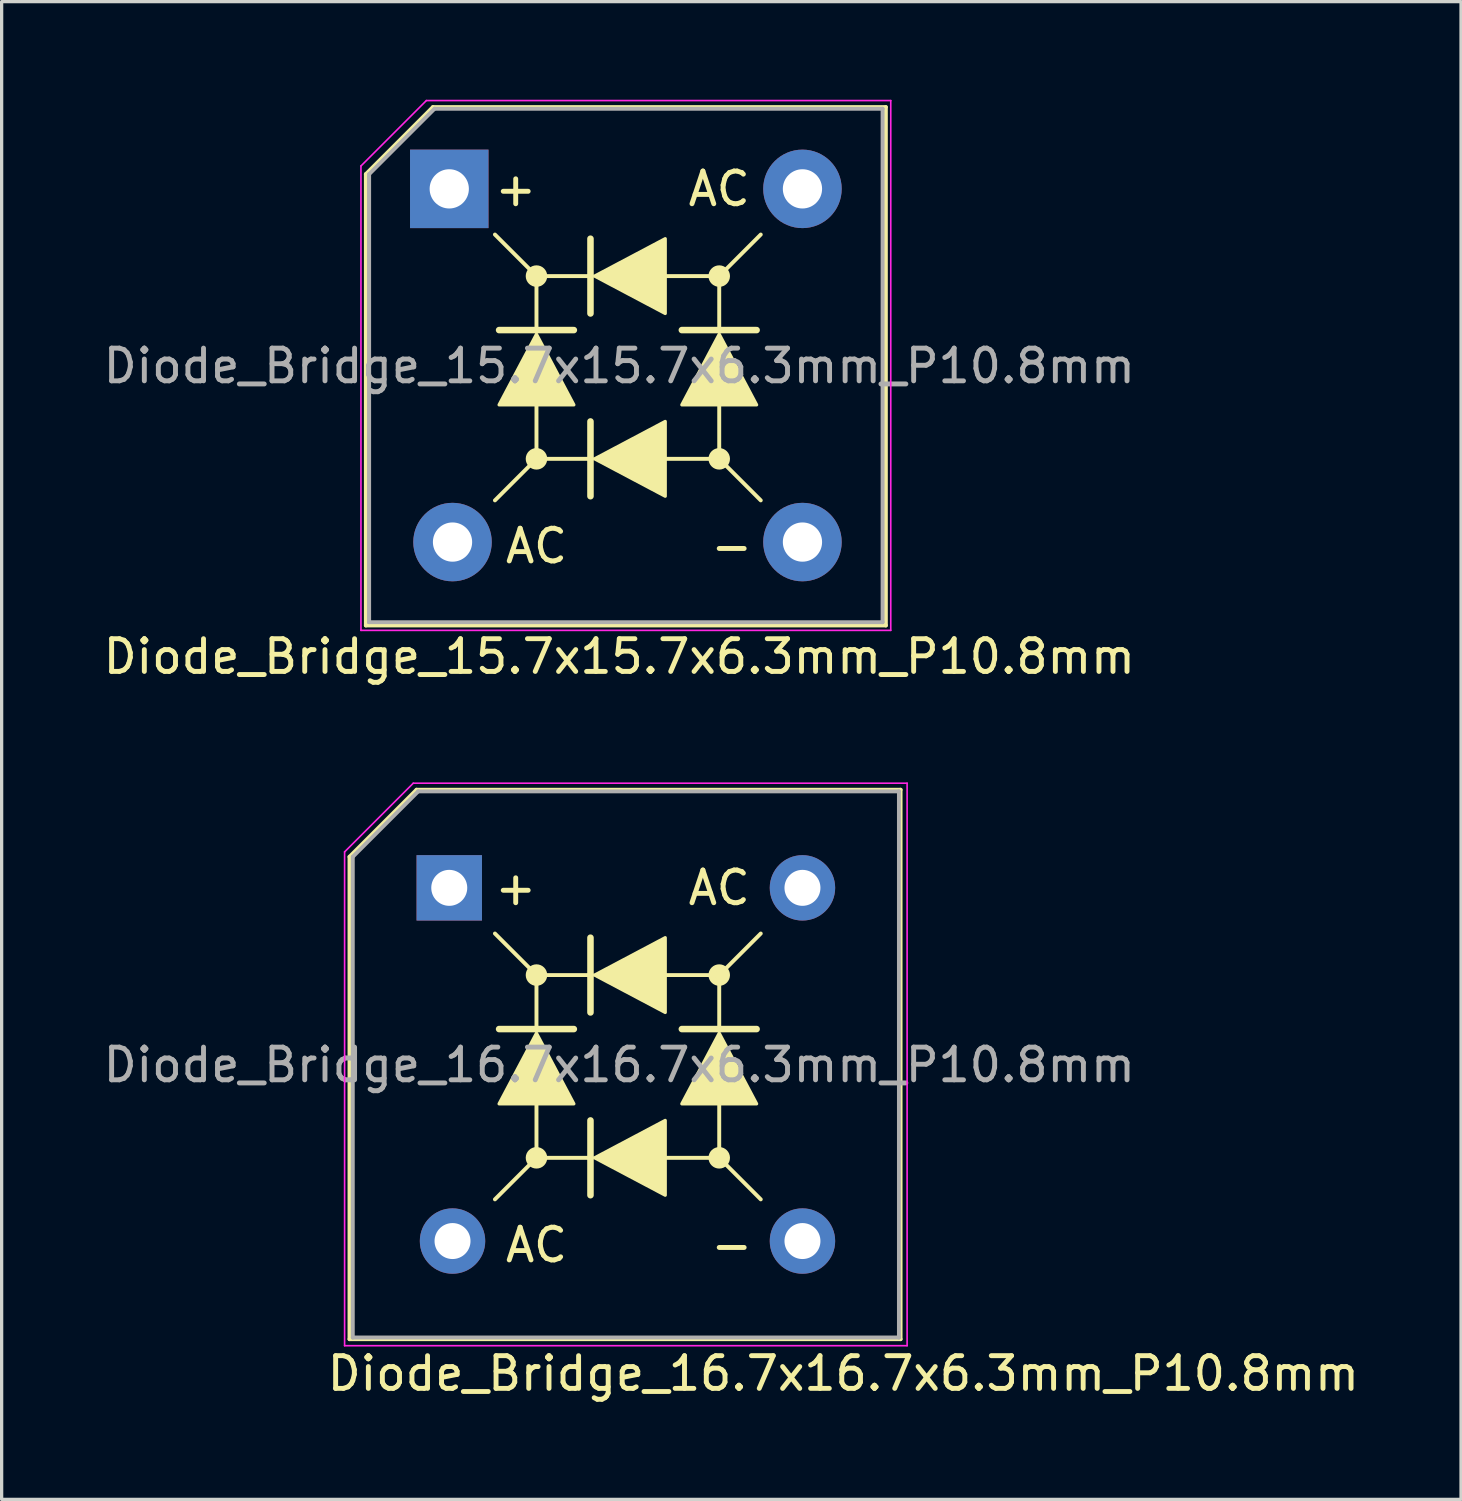
<source format=kicad_pcb>
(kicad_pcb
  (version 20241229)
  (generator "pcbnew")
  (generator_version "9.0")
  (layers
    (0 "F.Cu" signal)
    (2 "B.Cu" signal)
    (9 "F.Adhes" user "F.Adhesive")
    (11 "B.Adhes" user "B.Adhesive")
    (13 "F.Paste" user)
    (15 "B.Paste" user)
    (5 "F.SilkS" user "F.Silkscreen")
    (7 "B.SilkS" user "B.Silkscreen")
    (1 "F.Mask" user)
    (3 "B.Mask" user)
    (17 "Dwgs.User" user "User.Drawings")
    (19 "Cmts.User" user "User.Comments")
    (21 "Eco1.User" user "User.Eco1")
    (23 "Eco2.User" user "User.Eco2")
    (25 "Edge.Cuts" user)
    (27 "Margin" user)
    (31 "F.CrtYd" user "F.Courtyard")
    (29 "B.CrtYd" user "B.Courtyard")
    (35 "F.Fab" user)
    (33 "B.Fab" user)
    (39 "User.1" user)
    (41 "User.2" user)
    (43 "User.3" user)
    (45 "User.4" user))
  (footprint "Diode_Bridge_16.7x16.7x6.3mm_P10.8mm"
    (layer "F.Cu")
    (at 10.687 24.098)
    (property "Reference" "Diode_Bridge_16.7x16.7x6.3mm_P10.8mm" (at 12.05 14.85 180) (layer "F.SilkS") (effects (font (size 1 1) (thickness 0.15))))
    (fp_line (start -3.05 -0.95) (end -3.05 13.8) (stroke (width 0.12) (type solid)) (layer "F.SilkS"))
    (fp_line (start -3.05 13.8) (end 13.8 13.8) (stroke (width 0.12) (type solid)) (layer "F.SilkS"))
    (fp_line (start -1 -3) (end -3.05 -0.95) (stroke (width 0.12) (type solid)) (layer "F.SilkS"))
    (fp_line (start 1.397 1.397) (end 2.667 2.667) (stroke (width 0.12) (type solid)) (layer "F.SilkS"))
    (fp_line (start 1.397 9.525) (end 2.667 8.255) (stroke (width 0.12) (type solid)) (layer "F.SilkS"))
    (fp_line (start 2.667 4.318) (end 1.524 4.318) (stroke (width 0.2) (type solid)) (layer "F.SilkS"))
    (fp_line (start 2.667 4.318) (end 2.667 2.667) (stroke (width 0.12) (type solid)) (layer "F.SilkS"))
    (fp_line (start 2.667 8.255) (end 2.667 6.604) (stroke (width 0.12) (type solid)) (layer "F.SilkS"))
    (fp_line (start 3.81 4.318) (end 2.667 4.318) (stroke (width 0.2) (type solid)) (layer "F.SilkS"))
    (fp_line (start 4.318 1.524) (end 4.318 2.667) (stroke (width 0.2) (type solid)) (layer "F.SilkS"))
    (fp_line (start 4.318 2.667) (end 2.667 2.667) (stroke (width 0.12) (type solid)) (layer "F.SilkS"))
    (fp_line (start 4.318 2.667) (end 4.318 3.81) (stroke (width 0.2) (type solid)) (layer "F.SilkS"))
    (fp_line (start 4.318 7.112) (end 4.318 8.255) (stroke (width 0.2) (type solid)) (layer "F.SilkS"))
    (fp_line (start 4.318 8.255) (end 2.667 8.255) (stroke (width 0.12) (type solid)) (layer "F.SilkS"))
    (fp_line (start 4.318 8.255) (end 4.318 9.398) (stroke (width 0.2) (type solid)) (layer "F.SilkS"))
    (fp_line (start 8.255 2.667) (end 6.604 2.667) (stroke (width 0.12) (type solid)) (layer "F.SilkS"))
    (fp_line (start 8.255 4.318) (end 7.112 4.318) (stroke (width 0.2) (type solid)) (layer "F.SilkS"))
    (fp_line (start 8.255 4.318) (end 8.255 2.667) (stroke (width 0.12) (type solid)) (layer "F.SilkS"))
    (fp_line (start 8.255 8.255) (end 6.604 8.255) (stroke (width 0.12) (type solid)) (layer "F.SilkS"))
    (fp_line (start 8.255 8.255) (end 8.255 6.604) (stroke (width 0.12) (type solid)) (layer "F.SilkS"))
    (fp_line (start 9.398 4.318) (end 8.255 4.318) (stroke (width 0.2) (type solid)) (layer "F.SilkS"))
    (fp_line (start 9.525 1.397) (end 8.255 2.667) (stroke (width 0.12) (type solid)) (layer "F.SilkS"))
    (fp_line (start 9.525 9.525) (end 8.255 8.255) (stroke (width 0.12) (type solid)) (layer "F.SilkS"))
    (fp_line (start 13.8 -3) (end -1 -3) (stroke (width 0.12) (type solid)) (layer "F.SilkS"))
    (fp_line (start 13.8 13.8) (end 13.8 -3) (stroke (width 0.12) (type solid)) (layer "F.SilkS"))
    (fp_circle (center 2.667 2.667) (end 2.731 2.603) (stroke (width 0.12) (type solid)) (fill no) (layer "F.SilkS"))
    (fp_circle (center 2.667 2.667) (end 2.794 2.54) (stroke (width 0.12) (type solid)) (fill no) (layer "F.SilkS"))
    (fp_circle (center 2.667 2.667) (end 2.857 2.477) (stroke (width 0.12) (type solid)) (fill no) (layer "F.SilkS"))
    (fp_circle (center 2.667 8.255) (end 2.731 8.191) (stroke (width 0.12) (type solid)) (fill no) (layer "F.SilkS"))
    (fp_circle (center 2.667 8.255) (end 2.794 8.128) (stroke (width 0.12) (type solid)) (fill no) (layer "F.SilkS"))
    (fp_circle (center 2.667 8.255) (end 2.857 8.065) (stroke (width 0.12) (type solid)) (fill no) (layer "F.SilkS"))
    (fp_circle (center 8.255 2.667) (end 8.319 2.603) (stroke (width 0.12) (type solid)) (fill no) (layer "F.SilkS"))
    (fp_circle (center 8.255 2.667) (end 8.382 2.54) (stroke (width 0.12) (type solid)) (fill no) (layer "F.SilkS"))
    (fp_circle (center 8.255 2.667) (end 8.445 2.477) (stroke (width 0.12) (type solid)) (fill no) (layer "F.SilkS"))
    (fp_circle (center 8.255 8.255) (end 8.319 8.191) (stroke (width 0.12) (type solid)) (fill no) (layer "F.SilkS"))
    (fp_circle (center 8.255 8.255) (end 8.382 8.128) (stroke (width 0.12) (type solid)) (fill no) (layer "F.SilkS"))
    (fp_circle (center 8.255 8.255) (end 8.445 8.065) (stroke (width 0.12) (type solid)) (fill no) (layer "F.SilkS"))
    (fp_poly (pts (xy 3.81 6.604) (xy 1.524 6.604) (xy 2.667 4.445)) (stroke (width 0.1) (type solid)) (fill yes) (layer "F.SilkS"))
    (fp_poly (pts (xy 6.604 1.524) (xy 6.604 3.81) (xy 4.445 2.667)) (stroke (width 0.1) (type solid)) (fill yes) (layer "F.SilkS"))
    (fp_poly (pts (xy 6.604 7.112) (xy 6.604 9.398) (xy 4.445 8.255)) (stroke (width 0.1) (type solid)) (fill yes) (layer "F.SilkS"))
    (fp_poly (pts (xy 9.398 6.604) (xy 7.112 6.604) (xy 8.255 4.445)) (stroke (width 0.1) (type solid)) (fill yes) (layer "F.SilkS"))
    (fp_line (start -3.2 -1.1) (end -1.1 -3.2) (stroke (width 0.05) (type solid)) (layer "F.CrtYd"))
    (fp_line (start -3.2 14) (end -3.2 -1.1) (stroke (width 0.05) (type solid)) (layer "F.CrtYd"))
    (fp_line (start -1.1 -3.2) (end 14 -3.2) (stroke (width 0.05) (type solid)) (layer "F.CrtYd"))
    (fp_line (start 14 -3.2) (end 14 14) (stroke (width 0.05) (type solid)) (layer "F.CrtYd"))
    (fp_line (start 14 14) (end -3.2 14) (stroke (width 0.05) (type solid)) (layer "F.CrtYd"))
    (fp_line (start -2.95 -0.95) (end -0.95 -2.95) (stroke (width 0.12) (type solid)) (layer "F.Fab"))
    (fp_line (start -2.95 13.75) (end -2.95 -0.95) (stroke (width 0.12) (type solid)) (layer "F.Fab"))
    (fp_line (start -0.95 -2.95) (end 13.75 -2.95) (stroke (width 0.12) (type solid)) (layer "F.Fab"))
    (fp_line (start 13.75 -2.95) (end 13.75 13.75) (stroke (width 0.12) (type solid)) (layer "F.Fab"))
    (fp_line (start 13.75 13.75) (end -2.95 13.75) (stroke (width 0.12) (type solid)) (layer "F.Fab"))
    (fp_text user "AC" (at 2.667 10.922 0) (layer "F.SilkS") (effects (font (size 1 1) (thickness 0.15))))
    (fp_text user "+" (at 2.032 0 0) (layer "F.SilkS") (effects (font (size 1 1) (thickness 0.15))))
    (fp_text user "AC" (at 8.255 0 0) (layer "F.SilkS") (effects (font (size 1 1) (thickness 0.15))))
    (fp_text user "-" (at 8.636 10.922 0) (layer "F.SilkS") (effects (font (size 1 1) (thickness 0.15))))
    (fp_text user "${REFERENCE}" (at 5.2 5.415 180) (layer "F.Fab") (effects (font (size 1 1) (thickness 0.15))))
    (pad "1" thru_hole rect (at 0 0 180) (size 2 2) (drill 1.1) (layers "*.Cu" "*.Mask"))
    (pad "2" thru_hole circle (at 0.1 10.8 180) (size 2 2) (drill 1.1) (layers "*.Cu" "*.Mask"))
    (pad "3" thru_hole circle (at 10.8 10.8 180) (size 2 2) (drill 1.1) (layers "*.Cu" "*.Mask"))
    (pad "4" thru_hole circle (at 10.8 0 180) (size 2 2) (drill 1.1) (layers "*.Cu" "*.Mask")))
  (footprint "Diode_Bridge_15.7x15.7x6.3mm_P10.8mm"
    (layer "F.Cu")
    (at 10.687 2.725)
    (property "Reference" "Diode_Bridge_15.7x15.7x6.3mm_P10.8mm" (at 5.2 14.3 180) (layer "F.SilkS") (effects (font (size 1 1) (thickness 0.15))))
    (attr through_hole)
    (fp_line (start -2.55 -0.45) (end -0.5 -2.5) (stroke (width 0.12) (type solid)) (layer "F.SilkS"))
    (fp_line (start -2.55 13.35) (end -2.55 -0.45) (stroke (width 0.12) (type solid)) (layer "F.SilkS"))
    (fp_line (start -0.5 -2.5) (end 13.35 -2.5) (stroke (width 0.12) (type solid)) (layer "F.SilkS"))
    (fp_line (start 1.397 1.397) (end 2.667 2.667) (stroke (width 0.12) (type solid)) (layer "F.SilkS"))
    (fp_line (start 1.397 9.525) (end 2.667 8.255) (stroke (width 0.12) (type solid)) (layer "F.SilkS"))
    (fp_line (start 2.667 4.318) (end 1.524 4.318) (stroke (width 0.2) (type solid)) (layer "F.SilkS"))
    (fp_line (start 2.667 4.318) (end 2.667 2.667) (stroke (width 0.12) (type solid)) (layer "F.SilkS"))
    (fp_line (start 2.667 8.255) (end 2.667 6.604) (stroke (width 0.12) (type solid)) (layer "F.SilkS"))
    (fp_line (start 3.81 4.318) (end 2.667 4.318) (stroke (width 0.2) (type solid)) (layer "F.SilkS"))
    (fp_line (start 4.318 1.524) (end 4.318 2.667) (stroke (width 0.2) (type solid)) (layer "F.SilkS"))
    (fp_line (start 4.318 2.667) (end 2.667 2.667) (stroke (width 0.12) (type solid)) (layer "F.SilkS"))
    (fp_line (start 4.318 2.667) (end 4.318 3.81) (stroke (width 0.2) (type solid)) (layer "F.SilkS"))
    (fp_line (start 4.318 7.112) (end 4.318 8.255) (stroke (width 0.2) (type solid)) (layer "F.SilkS"))
    (fp_line (start 4.318 8.255) (end 2.667 8.255) (stroke (width 0.12) (type solid)) (layer "F.SilkS"))
    (fp_line (start 4.318 8.255) (end 4.318 9.398) (stroke (width 0.2) (type solid)) (layer "F.SilkS"))
    (fp_line (start 8.255 2.667) (end 6.604 2.667) (stroke (width 0.12) (type solid)) (layer "F.SilkS"))
    (fp_line (start 8.255 4.318) (end 7.112 4.318) (stroke (width 0.2) (type solid)) (layer "F.SilkS"))
    (fp_line (start 8.255 4.318) (end 8.255 2.667) (stroke (width 0.12) (type solid)) (layer "F.SilkS"))
    (fp_line (start 8.255 8.255) (end 6.604 8.255) (stroke (width 0.12) (type solid)) (layer "F.SilkS"))
    (fp_line (start 8.255 8.255) (end 8.255 6.604) (stroke (width 0.12) (type solid)) (layer "F.SilkS"))
    (fp_line (start 9.398 4.318) (end 8.255 4.318) (stroke (width 0.2) (type solid)) (layer "F.SilkS"))
    (fp_line (start 9.525 1.397) (end 8.255 2.667) (stroke (width 0.12) (type solid)) (layer "F.SilkS"))
    (fp_line (start 9.525 9.525) (end 8.255 8.255) (stroke (width 0.12) (type solid)) (layer "F.SilkS"))
    (fp_line (start 13.35 -2.5) (end 13.35 13.35) (stroke (width 0.12) (type solid)) (layer "F.SilkS"))
    (fp_line (start 13.35 13.35) (end -2.55 13.35) (stroke (width 0.12) (type solid)) (layer "F.SilkS"))
    (fp_circle (center 2.667 2.667) (end 2.731 2.603) (stroke (width 0.12) (type solid)) (fill no) (layer "F.SilkS"))
    (fp_circle (center 2.667 2.667) (end 2.794 2.54) (stroke (width 0.12) (type solid)) (fill no) (layer "F.SilkS"))
    (fp_circle (center 2.667 2.667) (end 2.857 2.477) (stroke (width 0.12) (type solid)) (fill no) (layer "F.SilkS"))
    (fp_circle (center 2.667 8.255) (end 2.731 8.191) (stroke (width 0.12) (type solid)) (fill no) (layer "F.SilkS"))
    (fp_circle (center 2.667 8.255) (end 2.794 8.128) (stroke (width 0.12) (type solid)) (fill no) (layer "F.SilkS"))
    (fp_circle (center 2.667 8.255) (end 2.857 8.065) (stroke (width 0.12) (type solid)) (fill no) (layer "F.SilkS"))
    (fp_circle (center 8.255 2.667) (end 8.319 2.603) (stroke (width 0.12) (type solid)) (fill no) (layer "F.SilkS"))
    (fp_circle (center 8.255 2.667) (end 8.382 2.54) (stroke (width 0.12) (type solid)) (fill no) (layer "F.SilkS"))
    (fp_circle (center 8.255 2.667) (end 8.445 2.477) (stroke (width 0.12) (type solid)) (fill no) (layer "F.SilkS"))
    (fp_circle (center 8.255 8.255) (end 8.319 8.191) (stroke (width 0.12) (type solid)) (fill no) (layer "F.SilkS"))
    (fp_circle (center 8.255 8.255) (end 8.382 8.128) (stroke (width 0.12) (type solid)) (fill no) (layer "F.SilkS"))
    (fp_circle (center 8.255 8.255) (end 8.445 8.065) (stroke (width 0.12) (type solid)) (fill no) (layer "F.SilkS"))
    (fp_poly (pts (xy 3.81 6.604) (xy 1.524 6.604) (xy 2.667 4.445)) (stroke (width 0.1) (type solid)) (fill yes) (layer "F.SilkS"))
    (fp_poly (pts (xy 6.604 1.524) (xy 6.604 3.81) (xy 4.445 2.667)) (stroke (width 0.1) (type solid)) (fill yes) (layer "F.SilkS"))
    (fp_poly (pts (xy 6.604 7.112) (xy 6.604 9.398) (xy 4.445 8.255)) (stroke (width 0.1) (type solid)) (fill yes) (layer "F.SilkS"))
    (fp_poly (pts (xy 9.398 6.604) (xy 7.112 6.604) (xy 8.255 4.445)) (stroke (width 0.1) (type solid)) (fill yes) (layer "F.SilkS"))
    (fp_line (start -2.7 -0.7) (end -0.7 -2.7) (stroke (width 0.05) (type solid)) (layer "F.CrtYd"))
    (fp_line (start -2.7 13.5) (end -2.7 -0.7) (stroke (width 0.05) (type solid)) (layer "F.CrtYd"))
    (fp_line (start -0.7 -2.7) (end 13.5 -2.7) (stroke (width 0.05) (type solid)) (layer "F.CrtYd"))
    (fp_line (start 13.5 -2.7) (end 13.5 13.5) (stroke (width 0.05) (type solid)) (layer "F.CrtYd"))
    (fp_line (start 13.5 13.5) (end -2.7 13.5) (stroke (width 0.05) (type solid)) (layer "F.CrtYd"))
    (fp_line (start -2.45 -0.45) (end -0.45 -2.45) (stroke (width 0.12) (type solid)) (layer "F.Fab"))
    (fp_line (start -2.45 13.25) (end -2.45 -0.45) (stroke (width 0.12) (type solid)) (layer "F.Fab"))
    (fp_line (start -0.45 -2.45) (end 13.25 -2.45) (stroke (width 0.12) (type solid)) (layer "F.Fab"))
    (fp_line (start 13.25 -2.45) (end 13.25 13.25) (stroke (width 0.12) (type solid)) (layer "F.Fab"))
    (fp_line (start 13.25 13.25) (end -2.45 13.25) (stroke (width 0.12) (type solid)) (layer "F.Fab"))
    (fp_text user "-" (at 8.636 10.922 0) (layer "F.SilkS") (effects (font (size 1 1) (thickness 0.15))))
    (fp_text user "+" (at 2.032 0 0) (layer "F.SilkS") (effects (font (size 1 1) (thickness 0.15))))
    (fp_text user "AC" (at 2.667 10.922 0) (layer "F.SilkS") (effects (font (size 1 1) (thickness 0.15))))
    (fp_text user "AC" (at 8.255 0 0) (layer "F.SilkS") (effects (font (size 1 1) (thickness 0.15))))
    (fp_text user "${REFERENCE}" (at 5.2 5.415 180) (layer "F.Fab") (effects (font (size 1 1) (thickness 0.15))))
    (pad "1" thru_hole rect (at 0 0 180) (size 2.4 2.4) (drill 1.2) (layers "*.Cu" "*.Mask"))
    (pad "2" thru_hole circle (at 0.1 10.8 180) (size 2.4 2.4) (drill 1.2) (layers "*.Cu" "*.Mask"))
    (pad "3" thru_hole circle (at 10.8 10.8 180) (size 2.4 2.4) (drill 1.2) (layers "*.Cu" "*.Mask"))
    (pad "4" thru_hole circle (at 10.8 0 180) (size 2.4 2.4) (drill 1.2) (layers "*.Cu" "*.Mask")))
  (gr_rect
    (start -3 -3)
    (end 41.624 42.797)
    (stroke (width 0.1) (type default))
    (fill no)
    (layer "Edge.Cuts")))
</source>
